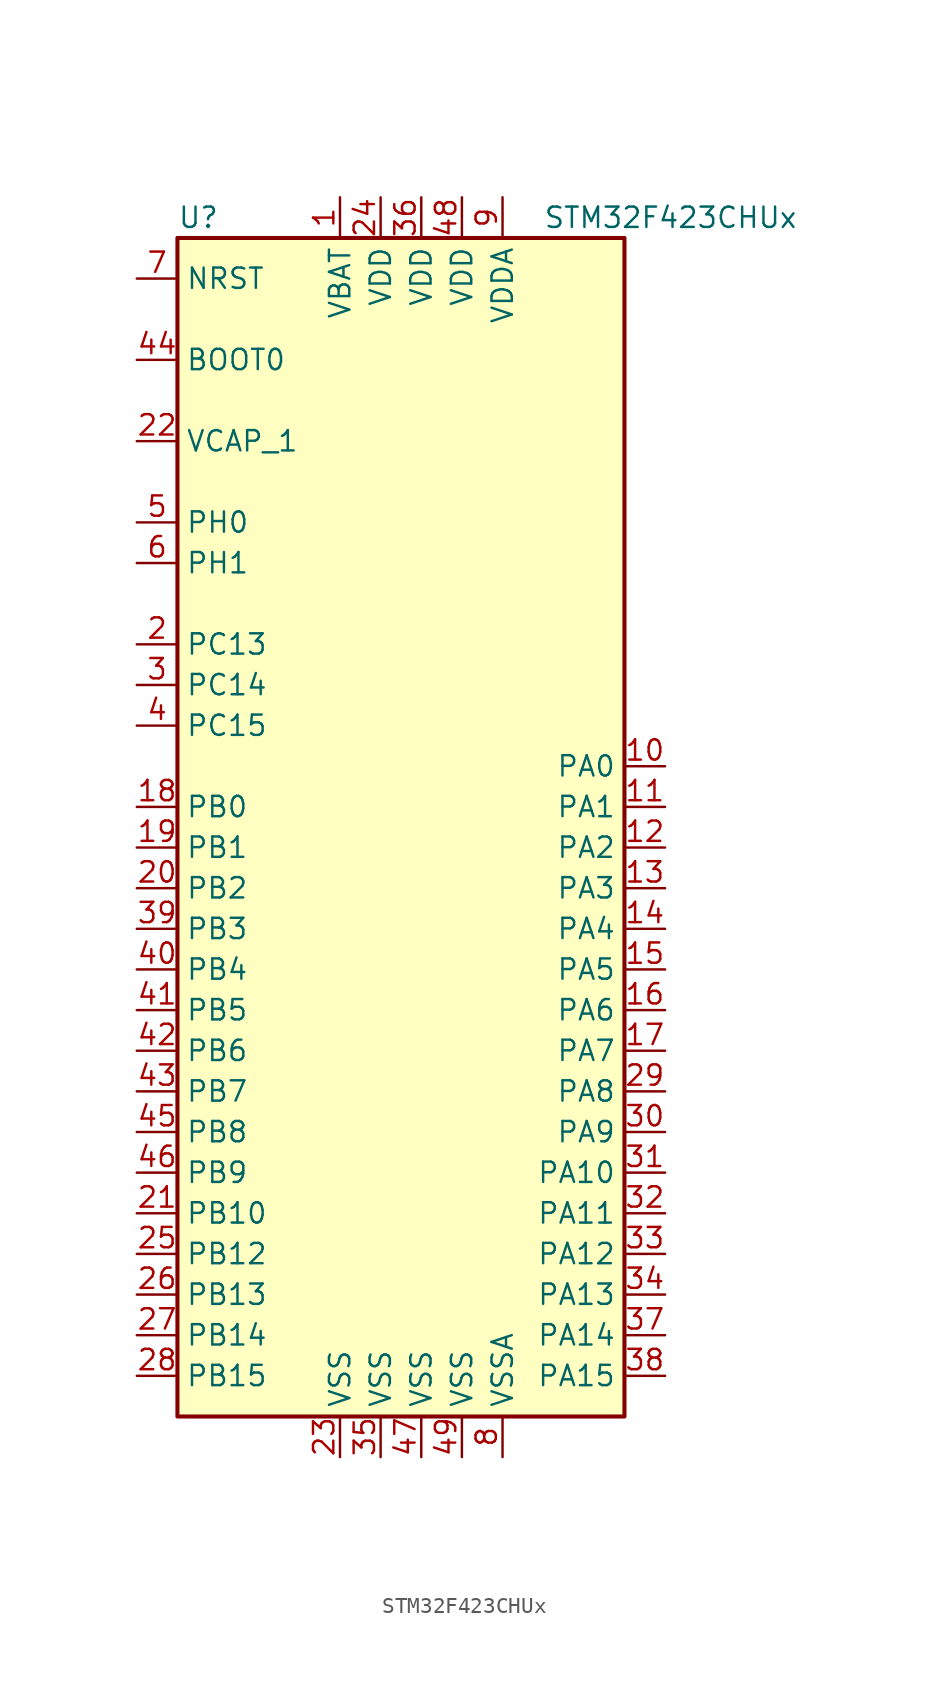
<source format=kicad_sym>
(kicad_symbol_lib
  (version 20201005)
  (generator kicad_symbol_editor)
  (symbol "STM32F423CHUx"
    (property "Reference" "U"
      (at -15.24 36.83 0)
      (effects (font (size 1.27 1.27)) (justify left)))
    (property "Value" "STM32F423CHUx"
      (at 7.62 36.83 0)
      (effects (font (size 1.27 1.27)) (justify left)))
    (symbol "STM32F423CHUx_0_1"
      (rectangle (start -15.24 -38.1) (end 12.7 35.56) (stroke (width 0.254)) (fill (type background))))
    (symbol "STM32F423CHUx_1_1"
      (pin power_in line (at -5.08 38.1 270) (length 2.54) (name "VBAT" (effects (font (size 1.27 1.27)))) (number "1" (effects (font (size 1.27 1.27)))))
      (pin bidirectional line (at 15.24 2.54 180) (length 2.54) (name "PA0" (effects (font (size 1.27 1.27)))) (number "10" (effects (font (size 1.27 1.27)))))
      (pin bidirectional line (at 15.24 0 180) (length 2.54) (name "PA1" (effects (font (size 1.27 1.27)))) (number "11" (effects (font (size 1.27 1.27)))))
      (pin bidirectional line (at 15.24 -2.54 180) (length 2.54) (name "PA2" (effects (font (size 1.27 1.27)))) (number "12" (effects (font (size 1.27 1.27)))))
      (pin bidirectional line (at 15.24 -5.08 180) (length 2.54) (name "PA3" (effects (font (size 1.27 1.27)))) (number "13" (effects (font (size 1.27 1.27)))))
      (pin bidirectional line (at 15.24 -7.62 180) (length 2.54) (name "PA4" (effects (font (size 1.27 1.27)))) (number "14" (effects (font (size 1.27 1.27)))))
      (pin bidirectional line (at 15.24 -10.16 180) (length 2.54) (name "PA5" (effects (font (size 1.27 1.27)))) (number "15" (effects (font (size 1.27 1.27)))))
      (pin bidirectional line (at 15.24 -12.7 180) (length 2.54) (name "PA6" (effects (font (size 1.27 1.27)))) (number "16" (effects (font (size 1.27 1.27)))))
      (pin bidirectional line (at 15.24 -15.24 180) (length 2.54) (name "PA7" (effects (font (size 1.27 1.27)))) (number "17" (effects (font (size 1.27 1.27)))))
      (pin bidirectional line (at -17.78 0 0) (length 2.54) (name "PB0" (effects (font (size 1.27 1.27)))) (number "18" (effects (font (size 1.27 1.27)))))
      (pin bidirectional line (at -17.78 -2.54 0) (length 2.54) (name "PB1" (effects (font (size 1.27 1.27)))) (number "19" (effects (font (size 1.27 1.27)))))
      (pin bidirectional line (at -17.78 10.16 0) (length 2.54) (name "PC13" (effects (font (size 1.27 1.27)))) (number "2" (effects (font (size 1.27 1.27)))))
      (pin bidirectional line (at -17.78 -5.08 0) (length 2.54) (name "PB2" (effects (font (size 1.27 1.27)))) (number "20" (effects (font (size 1.27 1.27)))))
      (pin bidirectional line (at -17.78 -25.4 0) (length 2.54) (name "PB10" (effects (font (size 1.27 1.27)))) (number "21" (effects (font (size 1.27 1.27)))))
      (pin power_in line (at -17.78 22.86 0) (length 2.54) (name "VCAP_1" (effects (font (size 1.27 1.27)))) (number "22" (effects (font (size 1.27 1.27)))))
      (pin power_in line (at -5.08 -40.64 90) (length 2.54) (name "VSS" (effects (font (size 1.27 1.27)))) (number "23" (effects (font (size 1.27 1.27)))))
      (pin power_in line (at -2.54 38.1 270) (length 2.54) (name "VDD" (effects (font (size 1.27 1.27)))) (number "24" (effects (font (size 1.27 1.27)))))
      (pin bidirectional line (at -17.78 -27.94 0) (length 2.54) (name "PB12" (effects (font (size 1.27 1.27)))) (number "25" (effects (font (size 1.27 1.27)))))
      (pin bidirectional line (at -17.78 -30.48 0) (length 2.54) (name "PB13" (effects (font (size 1.27 1.27)))) (number "26" (effects (font (size 1.27 1.27)))))
      (pin bidirectional line (at -17.78 -33.02 0) (length 2.54) (name "PB14" (effects (font (size 1.27 1.27)))) (number "27" (effects (font (size 1.27 1.27)))))
      (pin bidirectional line (at -17.78 -35.56 0) (length 2.54) (name "PB15" (effects (font (size 1.27 1.27)))) (number "28" (effects (font (size 1.27 1.27)))))
      (pin bidirectional line (at 15.24 -17.78 180) (length 2.54) (name "PA8" (effects (font (size 1.27 1.27)))) (number "29" (effects (font (size 1.27 1.27)))))
      (pin bidirectional line (at -17.78 7.62 0) (length 2.54) (name "PC14" (effects (font (size 1.27 1.27)))) (number "3" (effects (font (size 1.27 1.27)))))
      (pin bidirectional line (at 15.24 -20.32 180) (length 2.54) (name "PA9" (effects (font (size 1.27 1.27)))) (number "30" (effects (font (size 1.27 1.27)))))
      (pin bidirectional line (at 15.24 -22.86 180) (length 2.54) (name "PA10" (effects (font (size 1.27 1.27)))) (number "31" (effects (font (size 1.27 1.27)))))
      (pin bidirectional line (at 15.24 -25.4 180) (length 2.54) (name "PA11" (effects (font (size 1.27 1.27)))) (number "32" (effects (font (size 1.27 1.27)))))
      (pin bidirectional line (at 15.24 -27.94 180) (length 2.54) (name "PA12" (effects (font (size 1.27 1.27)))) (number "33" (effects (font (size 1.27 1.27)))))
      (pin bidirectional line (at 15.24 -30.48 180) (length 2.54) (name "PA13" (effects (font (size 1.27 1.27)))) (number "34" (effects (font (size 1.27 1.27)))))
      (pin power_in line (at -2.54 -40.64 90) (length 2.54) (name "VSS" (effects (font (size 1.27 1.27)))) (number "35" (effects (font (size 1.27 1.27)))))
      (pin power_in line (at 0 38.1 270) (length 2.54) (name "VDD" (effects (font (size 1.27 1.27)))) (number "36" (effects (font (size 1.27 1.27)))))
      (pin bidirectional line (at 15.24 -33.02 180) (length 2.54) (name "PA14" (effects (font (size 1.27 1.27)))) (number "37" (effects (font (size 1.27 1.27)))))
      (pin bidirectional line (at 15.24 -35.56 180) (length 2.54) (name "PA15" (effects (font (size 1.27 1.27)))) (number "38" (effects (font (size 1.27 1.27)))))
      (pin bidirectional line (at -17.78 -7.62 0) (length 2.54) (name "PB3" (effects (font (size 1.27 1.27)))) (number "39" (effects (font (size 1.27 1.27)))))
      (pin bidirectional line (at -17.78 5.08 0) (length 2.54) (name "PC15" (effects (font (size 1.27 1.27)))) (number "4" (effects (font (size 1.27 1.27)))))
      (pin bidirectional line (at -17.78 -10.16 0) (length 2.54) (name "PB4" (effects (font (size 1.27 1.27)))) (number "40" (effects (font (size 1.27 1.27)))))
      (pin bidirectional line (at -17.78 -12.7 0) (length 2.54) (name "PB5" (effects (font (size 1.27 1.27)))) (number "41" (effects (font (size 1.27 1.27)))))
      (pin bidirectional line (at -17.78 -15.24 0) (length 2.54) (name "PB6" (effects (font (size 1.27 1.27)))) (number "42" (effects (font (size 1.27 1.27)))))
      (pin bidirectional line (at -17.78 -17.78 0) (length 2.54) (name "PB7" (effects (font (size 1.27 1.27)))) (number "43" (effects (font (size 1.27 1.27)))))
      (pin input line (at -17.78 27.94 0) (length 2.54) (name "BOOT0" (effects (font (size 1.27 1.27)))) (number "44" (effects (font (size 1.27 1.27)))))
      (pin bidirectional line (at -17.78 -20.32 0) (length 2.54) (name "PB8" (effects (font (size 1.27 1.27)))) (number "45" (effects (font (size 1.27 1.27)))))
      (pin bidirectional line (at -17.78 -22.86 0) (length 2.54) (name "PB9" (effects (font (size 1.27 1.27)))) (number "46" (effects (font (size 1.27 1.27)))))
      (pin power_in line (at 0 -40.64 90) (length 2.54) (name "VSS" (effects (font (size 1.27 1.27)))) (number "47" (effects (font (size 1.27 1.27)))))
      (pin power_in line (at 2.54 38.1 270) (length 2.54) (name "VDD" (effects (font (size 1.27 1.27)))) (number "48" (effects (font (size 1.27 1.27)))))
      (pin power_in line (at 2.54 -40.64 90) (length 2.54) (name "VSS" (effects (font (size 1.27 1.27)))) (number "49" (effects (font (size 1.27 1.27)))))
      (pin input line (at -17.78 17.78 0) (length 2.54) (name "PH0" (effects (font (size 1.27 1.27)))) (number "5" (effects (font (size 1.27 1.27)))))
      (pin input line (at -17.78 15.24 0) (length 2.54) (name "PH1" (effects (font (size 1.27 1.27)))) (number "6" (effects (font (size 1.27 1.27)))))
      (pin input line (at -17.78 33.02 0) (length 2.54) (name "NRST" (effects (font (size 1.27 1.27)))) (number "7" (effects (font (size 1.27 1.27)))))
      (pin power_in line (at 5.08 -40.64 90) (length 2.54) (name "VSSA" (effects (font (size 1.27 1.27)))) (number "8" (effects (font (size 1.27 1.27)))))
      (pin power_in line (at 5.08 38.1 270) (length 2.54) (name "VDDA" (effects (font (size 1.27 1.27)))) (number "9" (effects (font (size 1.27 1.27))))))))
</source>
